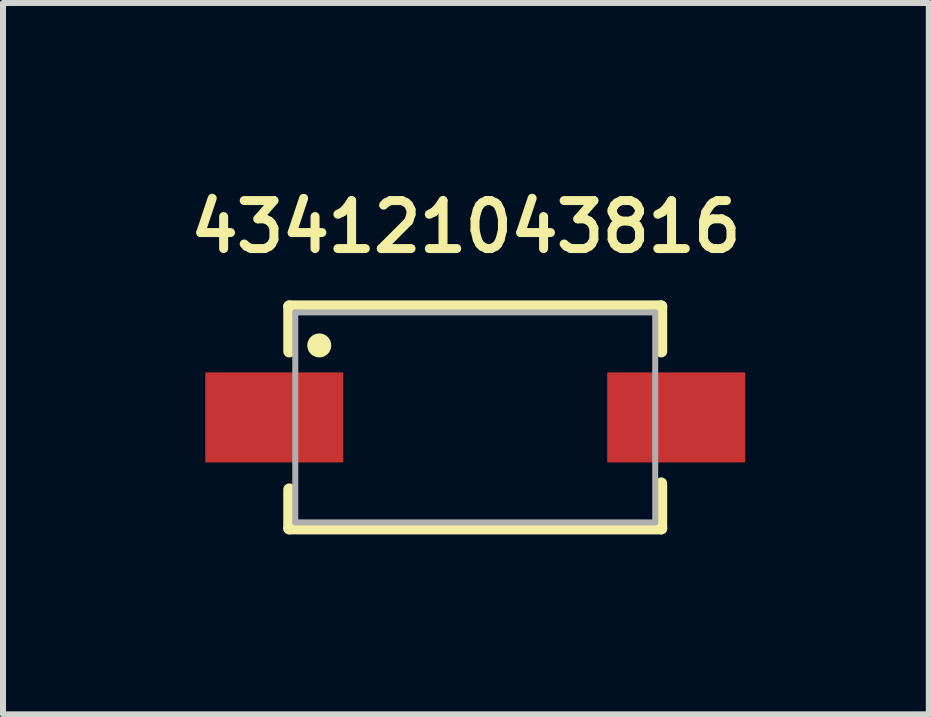
<source format=kicad_pcb>
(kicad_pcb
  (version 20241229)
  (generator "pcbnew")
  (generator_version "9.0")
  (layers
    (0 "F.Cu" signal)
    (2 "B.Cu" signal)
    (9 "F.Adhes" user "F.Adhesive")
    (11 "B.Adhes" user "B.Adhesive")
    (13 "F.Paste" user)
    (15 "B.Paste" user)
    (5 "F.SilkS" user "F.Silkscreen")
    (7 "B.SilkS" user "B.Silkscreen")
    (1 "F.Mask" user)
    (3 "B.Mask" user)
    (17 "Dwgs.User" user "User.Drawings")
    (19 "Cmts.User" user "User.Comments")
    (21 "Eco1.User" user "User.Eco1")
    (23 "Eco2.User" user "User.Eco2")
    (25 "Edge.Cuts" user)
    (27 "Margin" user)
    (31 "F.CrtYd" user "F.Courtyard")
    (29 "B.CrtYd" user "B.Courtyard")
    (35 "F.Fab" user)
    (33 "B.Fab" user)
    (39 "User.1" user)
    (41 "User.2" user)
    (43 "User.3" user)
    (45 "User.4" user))
  (footprint "434121043816"
    (layer "F.Cu")
    (at 4.872 3.908)
    (property "Reference" "434121043816" (at -0.156 -3.177 0) (layer "F.SilkS") (effects (font (size 0.8 0.8) (thickness 0.15))))
    (attr smd)
    (fp_line (start -3.1 -1.85) (end 3.1 -1.85) (stroke (width 0.2) (type solid)) (layer "F.SilkS"))
    (fp_line (start -3.1 -1.1) (end -3.1 -1.85) (stroke (width 0.2) (type solid)) (layer "F.SilkS"))
    (fp_line (start -3.1 1.2) (end -3.1 1.85) (stroke (width 0.2) (type solid)) (layer "F.SilkS"))
    (fp_line (start -3.1 1.85) (end 3.1 1.85) (stroke (width 0.2) (type solid)) (layer "F.SilkS"))
    (fp_line (start 3.1 -1.85) (end 3.1 -1.1) (stroke (width 0.2) (type solid)) (layer "F.SilkS"))
    (fp_line (start 3.1 1.85) (end 3.1 1.1) (stroke (width 0.2) (type solid)) (layer "F.SilkS"))
    (fp_circle (center -2.6 -1.2) (end -2.5 -1.2) (stroke (width 0.2) (type solid)) (fill no) (layer "F.SilkS"))
    (fp_line (start -3 -1.75) (end -3 1.75) (stroke (width 0.1) (type solid)) (layer "F.Fab"))
    (fp_line (start -3 1.75) (end 3 1.75) (stroke (width 0.1) (type solid)) (layer "F.Fab"))
    (fp_line (start 3 -1.75) (end -3 -1.75) (stroke (width 0.1) (type solid)) (layer "F.Fab"))
    (fp_line (start 3 1.75) (end 3 -1.75) (stroke (width 0.1) (type solid)) (layer "F.Fab"))
    (pad "1" smd rect (at -3.35 0) (size 2.3 1.5) (layers "F.Cu" "F.Mask" "F.Paste"))
    (pad "2" smd rect (at 3.35 0) (size 2.3 1.5) (layers "F.Cu" "F.Mask" "F.Paste")))
  (gr_rect
    (start -3 -3)
    (end 12.433 8.858)
    (stroke (width 0.1) (type default))
    (fill no)
    (layer "Edge.Cuts")))
</source>
